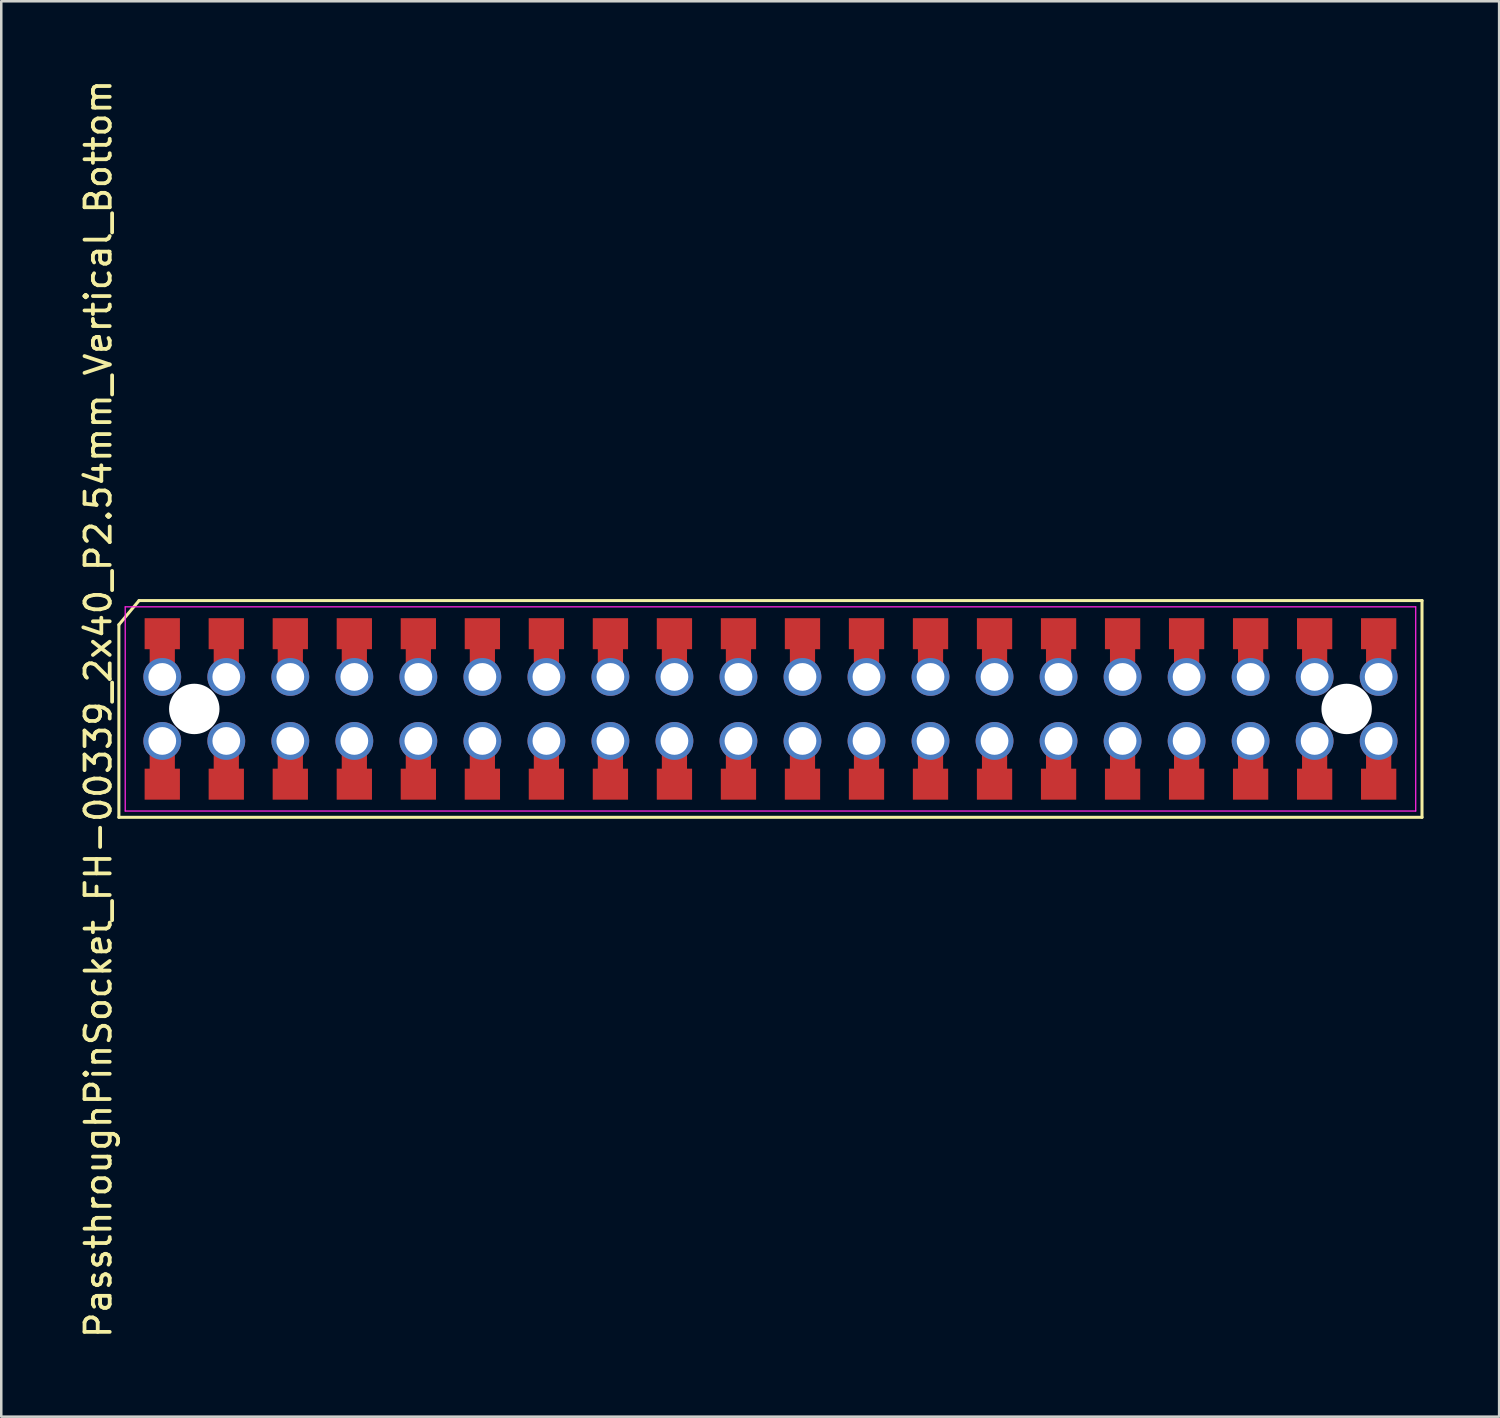
<source format=kicad_pcb>
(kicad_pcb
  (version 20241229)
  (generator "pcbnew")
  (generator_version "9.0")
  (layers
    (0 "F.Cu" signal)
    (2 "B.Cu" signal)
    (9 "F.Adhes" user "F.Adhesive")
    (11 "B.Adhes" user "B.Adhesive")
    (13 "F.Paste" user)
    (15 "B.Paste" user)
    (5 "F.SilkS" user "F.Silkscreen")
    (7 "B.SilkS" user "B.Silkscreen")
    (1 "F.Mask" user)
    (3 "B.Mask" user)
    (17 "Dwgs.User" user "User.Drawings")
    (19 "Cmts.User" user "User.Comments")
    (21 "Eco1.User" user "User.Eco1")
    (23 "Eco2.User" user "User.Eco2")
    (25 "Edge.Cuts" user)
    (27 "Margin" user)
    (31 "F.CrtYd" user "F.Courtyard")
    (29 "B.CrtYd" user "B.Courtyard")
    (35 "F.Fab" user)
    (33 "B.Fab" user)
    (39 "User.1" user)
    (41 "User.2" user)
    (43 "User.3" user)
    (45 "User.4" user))
  (footprint "PassthroughPinSocket_FH-00339_2x40_P2.54mm_Vertical_Bottom"
    (layer "F.Cu")
    (at 27.518 25.077)
    (property "Reference" "PassthroughPinSocket_FH-00339_2x40_P2.54mm_Vertical_Bottom" (at -26.67 0 90) (layer "F.SilkS") (effects (font (size 1 1) (thickness 0.15))))
    (attr smd)
    (fp_line (start -25.851 4.3) (end -25.851 -3.342) (stroke (width 0.12) (type solid)) (layer "F.SilkS"))
    (fp_line (start -25.051 -4.3) (end -25.851 -3.342) (stroke (width 0.12) (type solid)) (layer "F.SilkS"))
    (fp_line (start -25.051 -4.3) (end 25.85 -4.3) (stroke (width 0.12) (type solid)) (layer "F.SilkS"))
    (fp_line (start 25.85 -4.3) (end 25.85 4.3) (stroke (width 0.12) (type solid)) (layer "F.SilkS"))
    (fp_line (start 25.85 4.3) (end -25.851 4.3) (stroke (width 0.12) (type solid)) (layer "F.SilkS"))
    (fp_line (start -25.6 -4.05) (end 25.6 -4.05) (stroke (width 0.05) (type solid)) (layer "F.CrtYd"))
    (fp_line (start -25.6 4.05) (end -25.6 -4.05) (stroke (width 0.05) (type solid)) (layer "F.CrtYd"))
    (fp_line (start 25.6 -4.05) (end 25.6 4.05) (stroke (width 0.05) (type solid)) (layer "F.CrtYd"))
    (fp_line (start 25.6 4.05) (end -25.6 4.05) (stroke (width 0.05) (type solid)) (layer "F.CrtYd"))
    (pad "" np_thru_hole circle (at -22.86 0) (size 2 2) (drill 2) (layers "*.Cu" "*.Mask"))
    (pad "" np_thru_hole circle (at 22.86 0) (size 2 2) (drill 2) (layers "*.Cu" "*.Mask"))
    (pad "1" smd rect (at -24.13 -2.985) (size 1.4 1.23) (layers "F.Cu" "F.Mask" "F.Paste"))
    (pad "1" smd rect (at -24.13 -1.82) (size 1 1.23) (layers "F.Cu"))
    (pad "1" thru_hole circle (at -24.13 -1.27) (size 1.5 1.5) (drill 1.1) (layers "*.Cu" "*.Mask"))
    (pad "2" thru_hole circle (at -24.13 1.27) (size 1.5 1.5) (drill 1.1) (layers "*.Cu" "*.Mask"))
    (pad "2" smd rect (at -24.13 1.82) (size 1 1.23) (layers "F.Cu"))
    (pad "2" smd rect (at -24.13 2.985) (size 1.4 1.23) (layers "F.Cu" "F.Mask" "F.Paste"))
    (pad "3" smd rect (at -21.59 -2.985) (size 1.4 1.23) (layers "F.Cu" "F.Mask" "F.Paste"))
    (pad "3" smd rect (at -21.59 -1.82) (size 1 1.23) (layers "F.Cu"))
    (pad "3" thru_hole circle (at -21.59 -1.27) (size 1.5 1.5) (drill 1.1) (layers "*.Cu" "*.Mask"))
    (pad "4" thru_hole circle (at -21.59 1.27) (size 1.5 1.5) (drill 1.1) (layers "*.Cu" "*.Mask"))
    (pad "4" smd rect (at -21.59 1.82) (size 1 1.23) (layers "F.Cu"))
    (pad "4" smd rect (at -21.59 2.985) (size 1.4 1.23) (layers "F.Cu" "F.Mask" "F.Paste"))
    (pad "5" smd rect (at -19.05 -2.985) (size 1.4 1.23) (layers "F.Cu" "F.Mask" "F.Paste"))
    (pad "5" smd rect (at -19.05 -1.82) (size 1 1.23) (layers "F.Cu"))
    (pad "5" thru_hole circle (at -19.05 -1.27) (size 1.5 1.5) (drill 1.1) (layers "*.Cu" "*.Mask"))
    (pad "6" thru_hole circle (at -19.05 1.27) (size 1.5 1.5) (drill 1.1) (layers "*.Cu" "*.Mask"))
    (pad "6" smd rect (at -19.05 1.82) (size 1 1.23) (layers "F.Cu"))
    (pad "6" smd rect (at -19.05 2.985) (size 1.4 1.23) (layers "F.Cu" "F.Mask" "F.Paste"))
    (pad "7" smd rect (at -16.51 -2.985) (size 1.4 1.23) (layers "F.Cu" "F.Mask" "F.Paste"))
    (pad "7" smd rect (at -16.51 -1.82) (size 1 1.23) (layers "F.Cu"))
    (pad "7" thru_hole circle (at -16.51 -1.27) (size 1.5 1.5) (drill 1.1) (layers "*.Cu" "*.Mask"))
    (pad "8" thru_hole circle (at -16.51 1.27) (size 1.5 1.5) (drill 1.1) (layers "*.Cu" "*.Mask"))
    (pad "8" smd rect (at -16.51 1.82) (size 1 1.23) (layers "F.Cu"))
    (pad "8" smd rect (at -16.51 2.985) (size 1.4 1.23) (layers "F.Cu" "F.Mask" "F.Paste"))
    (pad "9" smd rect (at -13.97 -2.985) (size 1.4 1.23) (layers "F.Cu" "F.Mask" "F.Paste"))
    (pad "9" smd rect (at -13.97 -1.82) (size 1 1.23) (layers "F.Cu"))
    (pad "9" thru_hole circle (at -13.97 -1.27) (size 1.5 1.5) (drill 1.1) (layers "*.Cu" "*.Mask"))
    (pad "10" thru_hole circle (at -13.97 1.27) (size 1.5 1.5) (drill 1.1) (layers "*.Cu" "*.Mask"))
    (pad "10" smd rect (at -13.97 1.82) (size 1 1.23) (layers "F.Cu"))
    (pad "10" smd rect (at -13.97 2.985) (size 1.4 1.23) (layers "F.Cu" "F.Mask" "F.Paste"))
    (pad "11" smd rect (at -11.43 -2.985) (size 1.4 1.23) (layers "F.Cu" "F.Mask" "F.Paste"))
    (pad "11" smd rect (at -11.43 -1.82) (size 1 1.23) (layers "F.Cu"))
    (pad "11" thru_hole circle (at -11.43 -1.27) (size 1.5 1.5) (drill 1.1) (layers "*.Cu" "*.Mask"))
    (pad "12" thru_hole circle (at -11.43 1.27) (size 1.5 1.5) (drill 1.1) (layers "*.Cu" "*.Mask"))
    (pad "12" smd rect (at -11.43 1.82) (size 1 1.23) (layers "F.Cu"))
    (pad "12" smd rect (at -11.43 2.985) (size 1.4 1.23) (layers "F.Cu" "F.Mask" "F.Paste"))
    (pad "13" smd rect (at -8.89 -2.985) (size 1.4 1.23) (layers "F.Cu" "F.Mask" "F.Paste"))
    (pad "13" smd rect (at -8.89 -1.82) (size 1 1.23) (layers "F.Cu"))
    (pad "13" thru_hole circle (at -8.89 -1.27) (size 1.5 1.5) (drill 1.1) (layers "*.Cu" "*.Mask"))
    (pad "14" thru_hole circle (at -8.89 1.27) (size 1.5 1.5) (drill 1.1) (layers "*.Cu" "*.Mask"))
    (pad "14" smd rect (at -8.89 1.82) (size 1 1.23) (layers "F.Cu"))
    (pad "14" smd rect (at -8.89 2.985) (size 1.4 1.23) (layers "F.Cu" "F.Mask" "F.Paste"))
    (pad "15" smd rect (at -6.35 -2.985) (size 1.4 1.23) (layers "F.Cu" "F.Mask" "F.Paste"))
    (pad "15" smd rect (at -6.35 -1.82) (size 1 1.23) (layers "F.Cu"))
    (pad "15" thru_hole circle (at -6.35 -1.27) (size 1.5 1.5) (drill 1.1) (layers "*.Cu" "*.Mask"))
    (pad "16" thru_hole circle (at -6.35 1.27) (size 1.5 1.5) (drill 1.1) (layers "*.Cu" "*.Mask"))
    (pad "16" smd rect (at -6.35 1.82) (size 1 1.23) (layers "F.Cu"))
    (pad "16" smd rect (at -6.35 2.985) (size 1.4 1.23) (layers "F.Cu" "F.Mask" "F.Paste"))
    (pad "17" smd rect (at -3.81 -2.985) (size 1.4 1.23) (layers "F.Cu" "F.Mask" "F.Paste"))
    (pad "17" smd rect (at -3.81 -1.82) (size 1 1.23) (layers "F.Cu"))
    (pad "17" thru_hole circle (at -3.81 -1.27) (size 1.5 1.5) (drill 1.1) (layers "*.Cu" "*.Mask"))
    (pad "18" thru_hole circle (at -3.81 1.27) (size 1.5 1.5) (drill 1.1) (layers "*.Cu" "*.Mask"))
    (pad "18" smd rect (at -3.81 1.82) (size 1 1.23) (layers "F.Cu"))
    (pad "18" smd rect (at -3.81 2.985) (size 1.4 1.23) (layers "F.Cu" "F.Mask" "F.Paste"))
    (pad "19" smd rect (at -1.27 -2.985) (size 1.4 1.23) (layers "F.Cu" "F.Mask" "F.Paste"))
    (pad "19" smd rect (at -1.27 -1.82) (size 1 1.23) (layers "F.Cu"))
    (pad "19" thru_hole circle (at -1.27 -1.27) (size 1.5 1.5) (drill 1.1) (layers "*.Cu" "*.Mask"))
    (pad "20" thru_hole circle (at -1.27 1.27) (size 1.5 1.5) (drill 1.1) (layers "*.Cu" "*.Mask"))
    (pad "20" smd rect (at -1.27 1.82) (size 1 1.23) (layers "F.Cu"))
    (pad "20" smd rect (at -1.27 2.985) (size 1.4 1.23) (layers "F.Cu" "F.Mask" "F.Paste"))
    (pad "21" smd rect (at 1.27 -2.985) (size 1.4 1.23) (layers "F.Cu" "F.Mask" "F.Paste"))
    (pad "21" smd rect (at 1.27 -1.82) (size 1 1.23) (layers "F.Cu"))
    (pad "21" thru_hole circle (at 1.27 -1.27) (size 1.5 1.5) (drill 1.1) (layers "*.Cu" "*.Mask"))
    (pad "22" thru_hole circle (at 1.27 1.27) (size 1.5 1.5) (drill 1.1) (layers "*.Cu" "*.Mask"))
    (pad "22" smd rect (at 1.27 1.82) (size 1 1.23) (layers "F.Cu"))
    (pad "22" smd rect (at 1.27 2.985) (size 1.4 1.23) (layers "F.Cu" "F.Mask" "F.Paste"))
    (pad "23" smd rect (at 3.81 -2.985) (size 1.4 1.23) (layers "F.Cu" "F.Mask" "F.Paste"))
    (pad "23" smd rect (at 3.81 -1.82) (size 1 1.23) (layers "F.Cu"))
    (pad "23" thru_hole circle (at 3.81 -1.27) (size 1.5 1.5) (drill 1.1) (layers "*.Cu" "*.Mask"))
    (pad "24" thru_hole circle (at 3.81 1.27) (size 1.5 1.5) (drill 1.1) (layers "*.Cu" "*.Mask"))
    (pad "24" smd rect (at 3.81 1.82) (size 1 1.23) (layers "F.Cu"))
    (pad "24" smd rect (at 3.81 2.985) (size 1.4 1.23) (layers "F.Cu" "F.Mask" "F.Paste"))
    (pad "25" smd rect (at 6.35 -2.985) (size 1.4 1.23) (layers "F.Cu" "F.Mask" "F.Paste"))
    (pad "25" smd rect (at 6.35 -1.82) (size 1 1.23) (layers "F.Cu"))
    (pad "25" thru_hole circle (at 6.35 -1.27) (size 1.5 1.5) (drill 1.1) (layers "*.Cu" "*.Mask"))
    (pad "26" thru_hole circle (at 6.35 1.27) (size 1.5 1.5) (drill 1.1) (layers "*.Cu" "*.Mask"))
    (pad "26" smd rect (at 6.35 1.82) (size 1 1.23) (layers "F.Cu"))
    (pad "26" smd rect (at 6.35 2.985) (size 1.4 1.23) (layers "F.Cu" "F.Mask" "F.Paste"))
    (pad "27" smd rect (at 8.89 -2.985) (size 1.4 1.23) (layers "F.Cu" "F.Mask" "F.Paste"))
    (pad "27" smd rect (at 8.89 -1.82) (size 1 1.23) (layers "F.Cu"))
    (pad "27" thru_hole circle (at 8.89 -1.27) (size 1.5 1.5) (drill 1.1) (layers "*.Cu" "*.Mask"))
    (pad "28" thru_hole circle (at 8.89 1.27) (size 1.5 1.5) (drill 1.1) (layers "*.Cu" "*.Mask"))
    (pad "28" smd rect (at 8.89 1.82) (size 1 1.23) (layers "F.Cu"))
    (pad "28" smd rect (at 8.89 2.985) (size 1.4 1.23) (layers "F.Cu" "F.Mask" "F.Paste"))
    (pad "29" smd rect (at 11.43 -2.985) (size 1.4 1.23) (layers "F.Cu" "F.Mask" "F.Paste"))
    (pad "29" smd rect (at 11.43 -1.82) (size 1 1.23) (layers "F.Cu"))
    (pad "29" thru_hole circle (at 11.43 -1.27) (size 1.5 1.5) (drill 1.1) (layers "*.Cu" "*.Mask"))
    (pad "30" thru_hole circle (at 11.43 1.27) (size 1.5 1.5) (drill 1.1) (layers "*.Cu" "*.Mask"))
    (pad "30" smd rect (at 11.43 1.82) (size 1 1.23) (layers "F.Cu"))
    (pad "30" smd rect (at 11.43 2.985) (size 1.4 1.23) (layers "F.Cu" "F.Mask" "F.Paste"))
    (pad "31" smd rect (at 13.97 -2.985) (size 1.4 1.23) (layers "F.Cu" "F.Mask" "F.Paste"))
    (pad "31" smd rect (at 13.97 -1.82) (size 1 1.23) (layers "F.Cu"))
    (pad "31" thru_hole circle (at 13.97 -1.27) (size 1.5 1.5) (drill 1.1) (layers "*.Cu" "*.Mask"))
    (pad "32" thru_hole circle (at 13.97 1.27) (size 1.5 1.5) (drill 1.1) (layers "*.Cu" "*.Mask"))
    (pad "32" smd rect (at 13.97 1.82) (size 1 1.23) (layers "F.Cu"))
    (pad "32" smd rect (at 13.97 2.985) (size 1.4 1.23) (layers "F.Cu" "F.Mask" "F.Paste"))
    (pad "33" smd rect (at 16.51 -2.985) (size 1.4 1.23) (layers "F.Cu" "F.Mask" "F.Paste"))
    (pad "33" smd rect (at 16.51 -1.82) (size 1 1.23) (layers "F.Cu"))
    (pad "33" thru_hole circle (at 16.51 -1.27) (size 1.5 1.5) (drill 1.1) (layers "*.Cu" "*.Mask"))
    (pad "34" thru_hole circle (at 16.51 1.27) (size 1.5 1.5) (drill 1.1) (layers "*.Cu" "*.Mask"))
    (pad "34" smd rect (at 16.51 1.82) (size 1 1.23) (layers "F.Cu"))
    (pad "34" smd rect (at 16.51 2.985) (size 1.4 1.23) (layers "F.Cu" "F.Mask" "F.Paste"))
    (pad "35" smd rect (at 19.05 -2.985) (size 1.4 1.23) (layers "F.Cu" "F.Mask" "F.Paste"))
    (pad "35" smd rect (at 19.05 -1.82) (size 1 1.23) (layers "F.Cu"))
    (pad "35" thru_hole circle (at 19.05 -1.27) (size 1.5 1.5) (drill 1.1) (layers "*.Cu" "*.Mask"))
    (pad "36" thru_hole circle (at 19.05 1.27) (size 1.5 1.5) (drill 1.1) (layers "*.Cu" "*.Mask"))
    (pad "36" smd rect (at 19.05 1.82) (size 1 1.23) (layers "F.Cu"))
    (pad "36" smd rect (at 19.05 2.985) (size 1.4 1.23) (layers "F.Cu" "F.Mask" "F.Paste"))
    (pad "37" smd rect (at 21.59 -2.985) (size 1.4 1.23) (layers "F.Cu" "F.Mask" "F.Paste"))
    (pad "37" smd rect (at 21.59 -1.82) (size 1 1.23) (layers "F.Cu"))
    (pad "37" thru_hole circle (at 21.59 -1.27) (size 1.5 1.5) (drill 1.1) (layers "*.Cu" "*.Mask"))
    (pad "38" thru_hole circle (at 21.59 1.27) (size 1.5 1.5) (drill 1.1) (layers "*.Cu" "*.Mask"))
    (pad "38" smd rect (at 21.59 1.82) (size 1 1.23) (layers "F.Cu"))
    (pad "38" smd rect (at 21.59 2.985) (size 1.4 1.23) (layers "F.Cu" "F.Mask" "F.Paste"))
    (pad "39" smd rect (at 24.13 -2.985) (size 1.4 1.23) (layers "F.Cu" "F.Mask" "F.Paste"))
    (pad "39" smd rect (at 24.13 -1.82) (size 1 1.23) (layers "F.Cu"))
    (pad "39" thru_hole circle (at 24.13 -1.27) (size 1.5 1.5) (drill 1.1) (layers "*.Cu" "*.Mask"))
    (pad "40" thru_hole circle (at 24.13 1.27) (size 1.5 1.5) (drill 1.1) (layers "*.Cu" "*.Mask"))
    (pad "40" smd rect (at 24.13 1.82) (size 1 1.23) (layers "F.Cu"))
    (pad "40" smd rect (at 24.13 2.985) (size 1.4 1.23) (layers "F.Cu" "F.Mask" "F.Paste")))
  (gr_rect
    (start -3 -3)
    (end 56.428 53.155)
    (stroke (width 0.1) (type default))
    (fill no)
    (layer "Edge.Cuts")))
</source>
